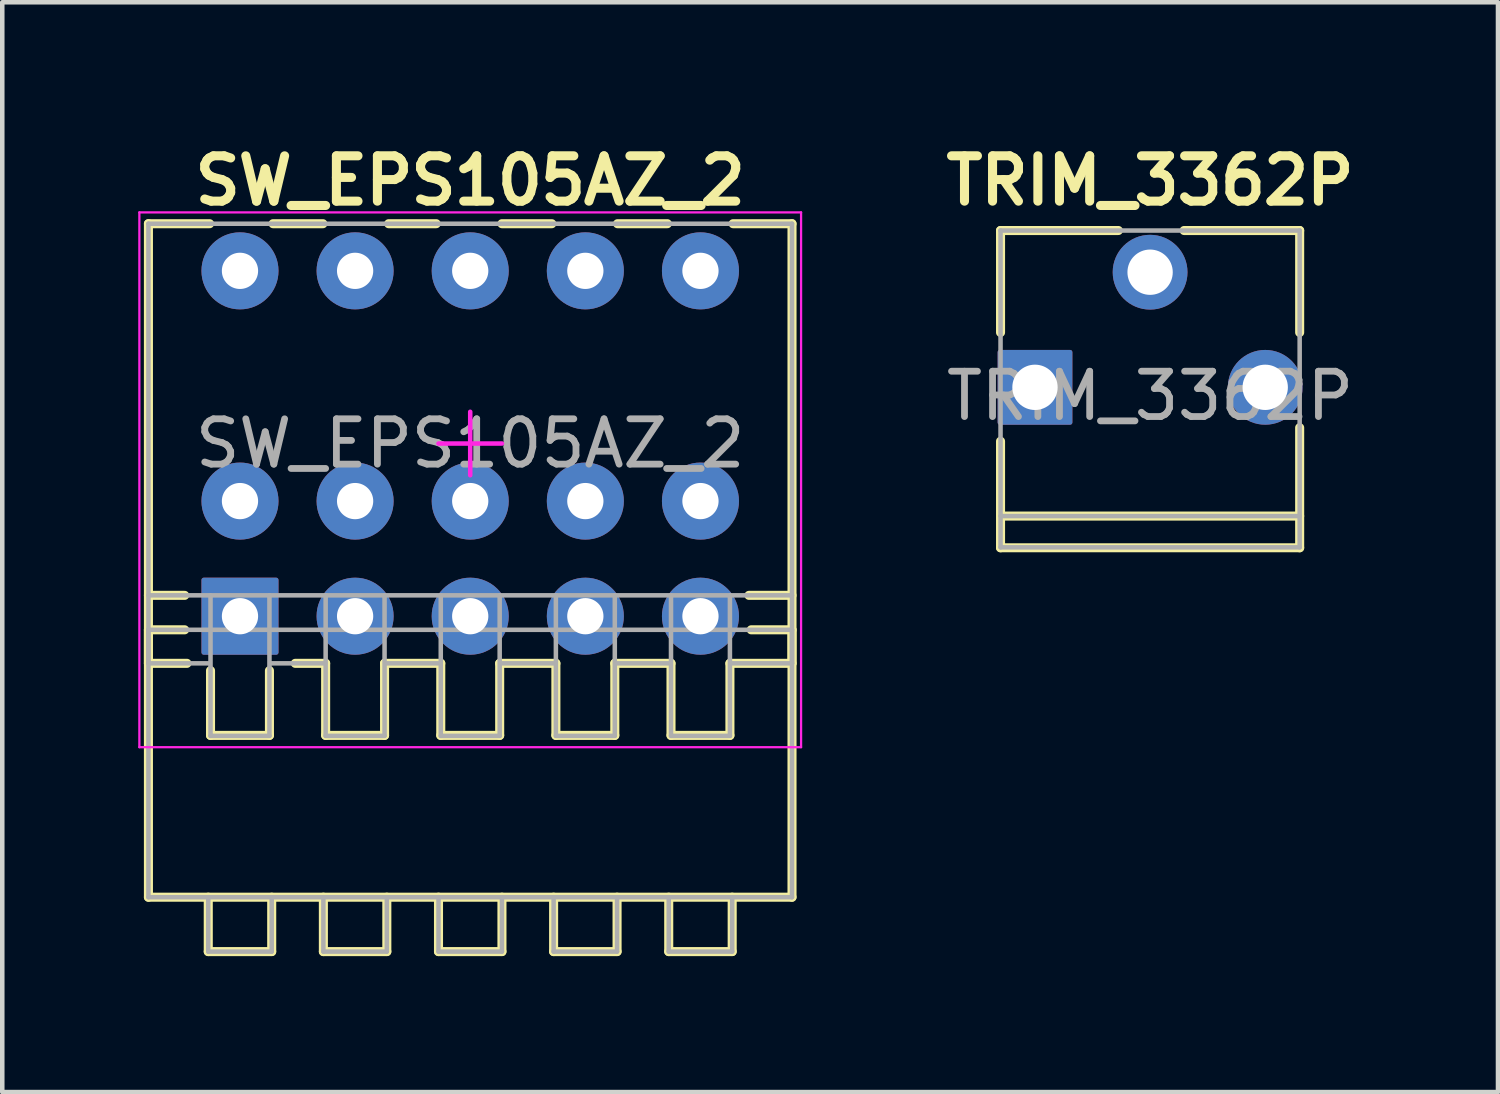
<source format=kicad_pcb>
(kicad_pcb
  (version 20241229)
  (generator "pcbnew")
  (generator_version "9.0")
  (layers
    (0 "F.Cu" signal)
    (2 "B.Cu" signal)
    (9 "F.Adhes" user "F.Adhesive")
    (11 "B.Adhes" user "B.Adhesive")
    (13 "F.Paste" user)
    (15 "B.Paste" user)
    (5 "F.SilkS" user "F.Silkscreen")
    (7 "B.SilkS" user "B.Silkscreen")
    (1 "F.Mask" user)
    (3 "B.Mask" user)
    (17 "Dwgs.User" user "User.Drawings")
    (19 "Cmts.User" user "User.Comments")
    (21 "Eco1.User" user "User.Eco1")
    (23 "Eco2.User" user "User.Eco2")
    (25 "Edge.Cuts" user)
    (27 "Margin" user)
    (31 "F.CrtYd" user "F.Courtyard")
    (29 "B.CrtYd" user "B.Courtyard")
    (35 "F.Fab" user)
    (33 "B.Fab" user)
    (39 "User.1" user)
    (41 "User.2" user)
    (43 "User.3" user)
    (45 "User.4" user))
  (footprint "TRIM_3362P"
    (layer "F.Cu")
    (at 22.326 5.186)
    (property "Reference" "TRIM_3362P" (at 0 -4.25 180) (layer "F.SilkS") (effects (font (size 1 1) (thickness 0.2))))
    (attr through_hole)
    (fp_line (start -3.3 -3.15) (end -3.3 -0.9) (stroke (width 0.2) (type solid)) (layer "F.SilkS"))
    (fp_line (start -3.3 -3.15) (end -0.7 -3.15) (stroke (width 0.2) (type solid)) (layer "F.SilkS"))
    (fp_line (start -3.3 3.85) (end -3.3 1.5) (stroke (width 0.2) (type solid)) (layer "F.SilkS"))
    (fp_line (start -3.3 3.85) (end 3.3 3.85) (stroke (width 0.2) (type solid)) (layer "F.SilkS"))
    (fp_line (start 3.3 -3.15) (end 0.75 -3.15) (stroke (width 0.2) (type solid)) (layer "F.SilkS"))
    (fp_line (start 3.3 -3.15) (end 3.3 -0.9) (stroke (width 0.2) (type solid)) (layer "F.SilkS"))
    (fp_line (start 3.3 3.15) (end -3.25 3.15) (stroke (width 0.2) (type solid)) (layer "F.SilkS"))
    (fp_line (start 3.3 3.85) (end 3.3 1.2) (stroke (width 0.2) (type solid)) (layer "F.SilkS"))
    (fp_line (start -3.3 -3.15) (end 3.3 -3.15) (stroke (width 0.1) (type solid)) (layer "F.Fab"))
    (fp_line (start -3.3 3.84) (end -3.3 -3.15) (stroke (width 0.1) (type solid)) (layer "F.Fab"))
    (fp_line (start 3.3 3.15) (end -3.3 3.15) (stroke (width 0.1) (type solid)) (layer "F.Fab"))
    (fp_line (start 3.3 3.84) (end -3.3 3.84) (stroke (width 0.1) (type solid)) (layer "F.Fab"))
    (fp_line (start 3.3 3.84) (end 3.3 -3.15) (stroke (width 0.1) (type solid)) (layer "F.Fab"))
    (fp_text user "${REFERENCE}" (at 0 0.5 0) (layer "F.Fab") (effects (font (size 1 1) (thickness 0.15))))
    (pad "1" thru_hole roundrect (at -2.54 0.31) (size 1.65 1.65) (drill 1) (layers "*.Cu" "*.Mask") (roundrect_rratio 0.03))
    (pad "2" thru_hole circle (at 0 -2.23) (size 1.65 1.65) (drill 1) (layers "*.Cu" "*.Mask"))
    (pad "3" thru_hole circle (at 2.54 0.31) (size 1.65 1.65) (drill 1) (layers "*.Cu" "*.Mask")))
  (footprint "SW_EPS105AZ_2"
    (layer "F.Cu")
    (at 7.325 6.736)
    (property "Reference" "SW_EPS105AZ_2" (at 0 -5.8 0) (layer "F.SilkS") (effects (font (size 1 1) (thickness 0.2))))
    (attr through_hole)
    (fp_line (start -7.1 -4.85) (end -5.75 -4.85) (stroke (width 0.2) (type solid)) (layer "F.SilkS"))
    (fp_line (start -7.1 3.35) (end -6.3 3.35) (stroke (width 0.2) (type solid)) (layer "F.SilkS"))
    (fp_line (start -7.1 4.11) (end -6.3 4.11) (stroke (width 0.2) (type solid)) (layer "F.SilkS"))
    (fp_line (start -7.1 4.85) (end -7.1 -4.85) (stroke (width 0.2) (type solid)) (layer "F.SilkS"))
    (fp_line (start -7.1 4.85) (end -6.25 4.85) (stroke (width 0.2) (type solid)) (layer "F.SilkS"))
    (fp_line (start -7.1 10.01) (end -7.1 4.11) (stroke (width 0.2) (type solid)) (layer "F.SilkS"))
    (fp_line (start -5.78 11.21) (end -5.78 10.01) (stroke (width 0.2) (type solid)) (layer "F.SilkS"))
    (fp_line (start -5.73 6.44) (end -5.73 5.01) (stroke (width 0.2) (type solid)) (layer "F.SilkS"))
    (fp_line (start -5.73 6.44) (end -4.43 6.44) (stroke (width 0.2) (type solid)) (layer "F.SilkS"))
    (fp_line (start -4.43 6.44) (end -4.43 5.01) (stroke (width 0.2) (type solid)) (layer "F.SilkS"))
    (fp_line (start -4.38 10.01) (end -4.38 11.21) (stroke (width 0.2) (type solid)) (layer "F.SilkS"))
    (fp_line (start -4.38 11.21) (end -5.78 11.21) (stroke (width 0.2) (type solid)) (layer "F.SilkS"))
    (fp_line (start -4.35 -4.85) (end -3.25 -4.85) (stroke (width 0.2) (type solid)) (layer "F.SilkS"))
    (fp_line (start -3.86 4.85) (end -3.19 4.85) (stroke (width 0.2) (type solid)) (layer "F.SilkS"))
    (fp_line (start -3.24 11.21) (end -3.24 10.01) (stroke (width 0.2) (type solid)) (layer "F.SilkS"))
    (fp_line (start -3.19 6.44) (end -3.19 4.85) (stroke (width 0.2) (type solid)) (layer "F.SilkS"))
    (fp_line (start -3.19 6.44) (end -1.89 6.44) (stroke (width 0.2) (type solid)) (layer "F.SilkS"))
    (fp_line (start -1.89 4.85) (end -0.65 4.85) (stroke (width 0.2) (type solid)) (layer "F.SilkS"))
    (fp_line (start -1.89 6.44) (end -1.89 4.85) (stroke (width 0.2) (type solid)) (layer "F.SilkS"))
    (fp_line (start -1.84 10.01) (end -1.84 11.21) (stroke (width 0.2) (type solid)) (layer "F.SilkS"))
    (fp_line (start -1.84 11.21) (end -3.24 11.21) (stroke (width 0.2) (type solid)) (layer "F.SilkS"))
    (fp_line (start -1.8 -4.85) (end -0.75 -4.85) (stroke (width 0.2) (type solid)) (layer "F.SilkS"))
    (fp_line (start -0.7 11.21) (end -0.7 10.01) (stroke (width 0.2) (type solid)) (layer "F.SilkS"))
    (fp_line (start -0.65 6.44) (end -0.65 4.85) (stroke (width 0.2) (type solid)) (layer "F.SilkS"))
    (fp_line (start -0.65 6.44) (end 0.65 6.44) (stroke (width 0.2) (type solid)) (layer "F.SilkS"))
    (fp_line (start 0.65 4.85) (end 1.89 4.85) (stroke (width 0.2) (type solid)) (layer "F.SilkS"))
    (fp_line (start 0.65 6.44) (end 0.65 4.85) (stroke (width 0.2) (type solid)) (layer "F.SilkS"))
    (fp_line (start 0.7 -4.85) (end 1.8 -4.85) (stroke (width 0.2) (type solid)) (layer "F.SilkS"))
    (fp_line (start 0.7 10.01) (end 0.7 11.21) (stroke (width 0.2) (type solid)) (layer "F.SilkS"))
    (fp_line (start 0.7 11.21) (end -0.7 11.21) (stroke (width 0.2) (type solid)) (layer "F.SilkS"))
    (fp_line (start 1.84 11.21) (end 1.84 10.01) (stroke (width 0.2) (type solid)) (layer "F.SilkS"))
    (fp_line (start 1.89 6.44) (end 1.89 4.85) (stroke (width 0.2) (type solid)) (layer "F.SilkS"))
    (fp_line (start 1.89 6.44) (end 3.19 6.44) (stroke (width 0.2) (type solid)) (layer "F.SilkS"))
    (fp_line (start 3.19 4.85) (end 4.43 4.85) (stroke (width 0.2) (type solid)) (layer "F.SilkS"))
    (fp_line (start 3.19 6.44) (end 3.19 4.85) (stroke (width 0.2) (type solid)) (layer "F.SilkS"))
    (fp_line (start 3.24 10.01) (end 3.24 11.21) (stroke (width 0.2) (type solid)) (layer "F.SilkS"))
    (fp_line (start 3.24 11.21) (end 1.84 11.21) (stroke (width 0.2) (type solid)) (layer "F.SilkS"))
    (fp_line (start 3.25 -4.85) (end 4.35 -4.85) (stroke (width 0.2) (type solid)) (layer "F.SilkS"))
    (fp_line (start 4.38 11.21) (end 4.38 10.01) (stroke (width 0.2) (type solid)) (layer "F.SilkS"))
    (fp_line (start 4.43 6.44) (end 4.43 4.85) (stroke (width 0.2) (type solid)) (layer "F.SilkS"))
    (fp_line (start 4.43 6.44) (end 5.73 6.44) (stroke (width 0.2) (type solid)) (layer "F.SilkS"))
    (fp_line (start 5.73 4.85) (end 7.1 4.85) (stroke (width 0.2) (type solid)) (layer "F.SilkS"))
    (fp_line (start 5.73 6.44) (end 5.73 4.85) (stroke (width 0.2) (type solid)) (layer "F.SilkS"))
    (fp_line (start 5.78 10.01) (end 5.78 11.21) (stroke (width 0.2) (type solid)) (layer "F.SilkS"))
    (fp_line (start 5.78 11.21) (end 4.38 11.21) (stroke (width 0.2) (type solid)) (layer "F.SilkS"))
    (fp_line (start 5.8 -4.85) (end 7.1 -4.85) (stroke (width 0.2) (type solid)) (layer "F.SilkS"))
    (fp_line (start 7.1 -4.85) (end 7.1 4.85) (stroke (width 0.2) (type solid)) (layer "F.SilkS"))
    (fp_line (start 7.1 3.35) (end 6.15 3.35) (stroke (width 0.2) (type solid)) (layer "F.SilkS"))
    (fp_line (start 7.1 4.11) (end 6.2 4.11) (stroke (width 0.2) (type solid)) (layer "F.SilkS"))
    (fp_line (start 7.1 4.11) (end 7.1 10.01) (stroke (width 0.2) (type solid)) (layer "F.SilkS"))
    (fp_line (start 7.1 10.01) (end -7.1 10.01) (stroke (width 0.2) (type solid)) (layer "F.SilkS"))
    (fp_line (start -7.3 -5.1) (end -7.3 6.7) (stroke (width 0.05) (type solid)) (layer "F.CrtYd"))
    (fp_line (start -7.3 6.7) (end 7.3 6.7) (stroke (width 0.05) (type solid)) (layer "F.CrtYd"))
    (fp_line (start -0.7 0) (end 0.7 0) (stroke (width 0.1) (type solid)) (layer "F.CrtYd"))
    (fp_line (start 0 -0.7) (end 0 0.7) (stroke (width 0.1) (type solid)) (layer "F.CrtYd"))
    (fp_line (start 7.3 -5.1) (end -7.3 -5.1) (stroke (width 0.05) (type solid)) (layer "F.CrtYd"))
    (fp_line (start 7.3 6.7) (end 7.3 -5.1) (stroke (width 0.05) (type solid)) (layer "F.CrtYd"))
    (fp_line (start -7.1 -4.85) (end -7.1 4.85) (stroke (width 0.1) (type solid)) (layer "F.Fab"))
    (fp_line (start -7.1 3.35) (end 7.1 3.35) (stroke (width 0.1) (type solid)) (layer "F.Fab"))
    (fp_line (start -7.1 4.85) (end -5.75 4.85) (stroke (width 0.1) (type solid)) (layer "F.Fab"))
    (fp_line (start -7.1 10.01) (end -7.1 4.11) (stroke (width 0.1) (type solid)) (layer "F.Fab"))
    (fp_line (start -5.78 11.21) (end -5.78 10.01) (stroke (width 0.1) (type solid)) (layer "F.Fab"))
    (fp_line (start -5.73 6.45) (end -5.73 3.35) (stroke (width 0.1) (type solid)) (layer "F.Fab"))
    (fp_line (start -4.43 3.35) (end -4.43 6.45) (stroke (width 0.1) (type solid)) (layer "F.Fab"))
    (fp_line (start -4.43 6.45) (end -5.73 6.45) (stroke (width 0.1) (type solid)) (layer "F.Fab"))
    (fp_line (start -4.4 4.85) (end -3.2 4.85) (stroke (width 0.1) (type solid)) (layer "F.Fab"))
    (fp_line (start -4.38 10.01) (end -4.38 11.21) (stroke (width 0.1) (type solid)) (layer "F.Fab"))
    (fp_line (start -4.38 11.21) (end -5.78 11.21) (stroke (width 0.1) (type solid)) (layer "F.Fab"))
    (fp_line (start -3.24 11.21) (end -3.24 10.01) (stroke (width 0.1) (type solid)) (layer "F.Fab"))
    (fp_line (start -3.19 6.45) (end -3.19 3.35) (stroke (width 0.1) (type solid)) (layer "F.Fab"))
    (fp_line (start -1.89 3.35) (end -1.89 6.45) (stroke (width 0.1) (type solid)) (layer "F.Fab"))
    (fp_line (start -1.89 6.45) (end -3.19 6.45) (stroke (width 0.1) (type solid)) (layer "F.Fab"))
    (fp_line (start -1.85 4.85) (end -0.7 4.85) (stroke (width 0.1) (type solid)) (layer "F.Fab"))
    (fp_line (start -1.84 10.01) (end -1.84 11.21) (stroke (width 0.1) (type solid)) (layer "F.Fab"))
    (fp_line (start -1.84 11.21) (end -3.24 11.21) (stroke (width 0.1) (type solid)) (layer "F.Fab"))
    (fp_line (start -0.7 11.21) (end -0.7 10.01) (stroke (width 0.1) (type solid)) (layer "F.Fab"))
    (fp_line (start -0.65 6.45) (end -0.65 3.35) (stroke (width 0.1) (type solid)) (layer "F.Fab"))
    (fp_line (start 0.65 3.35) (end 0.65 6.45) (stroke (width 0.1) (type solid)) (layer "F.Fab"))
    (fp_line (start 0.65 6.45) (end -0.65 6.45) (stroke (width 0.1) (type solid)) (layer "F.Fab"))
    (fp_line (start 0.7 4.85) (end 1.85 4.85) (stroke (width 0.1) (type solid)) (layer "F.Fab"))
    (fp_line (start 0.7 10.01) (end 0.7 11.21) (stroke (width 0.1) (type solid)) (layer "F.Fab"))
    (fp_line (start 0.7 11.21) (end -0.7 11.21) (stroke (width 0.1) (type solid)) (layer "F.Fab"))
    (fp_line (start 1.84 11.21) (end 1.84 10.01) (stroke (width 0.1) (type solid)) (layer "F.Fab"))
    (fp_line (start 1.89 6.45) (end 1.89 3.35) (stroke (width 0.1) (type solid)) (layer "F.Fab"))
    (fp_line (start 3.19 3.35) (end 3.19 6.45) (stroke (width 0.1) (type solid)) (layer "F.Fab"))
    (fp_line (start 3.19 6.45) (end 1.89 6.45) (stroke (width 0.1) (type solid)) (layer "F.Fab"))
    (fp_line (start 3.24 10.01) (end 3.24 11.21) (stroke (width 0.1) (type solid)) (layer "F.Fab"))
    (fp_line (start 3.24 11.21) (end 1.84 11.21) (stroke (width 0.1) (type solid)) (layer "F.Fab"))
    (fp_line (start 3.25 4.85) (end 4.4 4.85) (stroke (width 0.1) (type solid)) (layer "F.Fab"))
    (fp_line (start 4.38 11.21) (end 4.38 10.01) (stroke (width 0.1) (type solid)) (layer "F.Fab"))
    (fp_line (start 4.43 6.45) (end 4.43 3.35) (stroke (width 0.1) (type solid)) (layer "F.Fab"))
    (fp_line (start 5.73 3.35) (end 5.73 6.45) (stroke (width 0.1) (type solid)) (layer "F.Fab"))
    (fp_line (start 5.73 6.45) (end 4.43 6.45) (stroke (width 0.1) (type solid)) (layer "F.Fab"))
    (fp_line (start 5.75 4.85) (end 7.1 4.85) (stroke (width 0.1) (type solid)) (layer "F.Fab"))
    (fp_line (start 5.78 10.01) (end 5.78 11.21) (stroke (width 0.1) (type solid)) (layer "F.Fab"))
    (fp_line (start 5.78 11.21) (end 4.38 11.21) (stroke (width 0.1) (type solid)) (layer "F.Fab"))
    (fp_line (start 7.1 -4.85) (end -7.1 -4.85) (stroke (width 0.1) (type solid)) (layer "F.Fab"))
    (fp_line (start 7.1 4.11) (end -7.1 4.11) (stroke (width 0.1) (type solid)) (layer "F.Fab"))
    (fp_line (start 7.1 4.85) (end 7.1 -4.85) (stroke (width 0.1) (type solid)) (layer "F.Fab"))
    (fp_line (start 7.1 10.01) (end -7.1 10.01) (stroke (width 0.1) (type solid)) (layer "F.Fab"))
    (fp_line (start 7.1 10.01) (end 7.1 4.11) (stroke (width 0.1) (type solid)) (layer "F.Fab"))
    (fp_text user "${REFERENCE}" (at 0 0 0) (layer "F.Fab") (effects (font (size 1 1) (thickness 0.15))))
    (pad "1" thru_hole roundrect (at -5.08 3.81) (size 1.7 1.7) (drill 0.8) (layers "*.Cu" "*.Mask") (roundrect_rratio 0.03))
    (pad "2" thru_hole circle (at -2.54 3.81) (size 1.7 1.7) (drill 0.8) (layers "*.Cu" "*.Mask"))
    (pad "3" thru_hole circle (at 0 3.81) (size 1.7 1.7) (drill 0.8) (layers "*.Cu" "*.Mask"))
    (pad "4" thru_hole circle (at 2.54 3.81) (size 1.7 1.7) (drill 0.8) (layers "*.Cu" "*.Mask"))
    (pad "5" thru_hole circle (at 5.08 3.81) (size 1.7 1.7) (drill 0.8) (layers "*.Cu" "*.Mask"))
    (pad "6" thru_hole circle (at 5.08 -3.81) (size 1.7 1.7) (drill 0.8) (layers "*.Cu" "*.Mask"))
    (pad "6" thru_hole circle (at 5.08 1.27) (size 1.7 1.7) (drill 0.8) (layers "*.Cu" "*.Mask"))
    (pad "7" thru_hole circle (at 2.54 -3.81) (size 1.7 1.7) (drill 0.8) (layers "*.Cu" "*.Mask"))
    (pad "7" thru_hole circle (at 2.54 1.27) (size 1.7 1.7) (drill 0.8) (layers "*.Cu" "*.Mask"))
    (pad "8" thru_hole circle (at 0 -3.81) (size 1.7 1.7) (drill 0.8) (layers "*.Cu" "*.Mask"))
    (pad "8" thru_hole circle (at 0 1.27) (size 1.7 1.7) (drill 0.8) (layers "*.Cu" "*.Mask"))
    (pad "9" thru_hole circle (at -2.54 -3.81) (size 1.7 1.7) (drill 0.8) (layers "*.Cu" "*.Mask"))
    (pad "9" thru_hole circle (at -2.54 1.27) (size 1.7 1.7) (drill 0.8) (layers "*.Cu" "*.Mask"))
    (pad "10" thru_hole circle (at -5.08 -3.81) (size 1.7 1.7) (drill 0.8) (layers "*.Cu" "*.Mask"))
    (pad "10" thru_hole circle (at -5.08 1.27) (size 1.7 1.7) (drill 0.8) (layers "*.Cu" "*.Mask")))
  (gr_rect
    (start -3 -3)
    (end 30.002 21.046)
    (stroke (width 0.1) (type default))
    (fill no)
    (layer "Edge.Cuts")))
</source>
